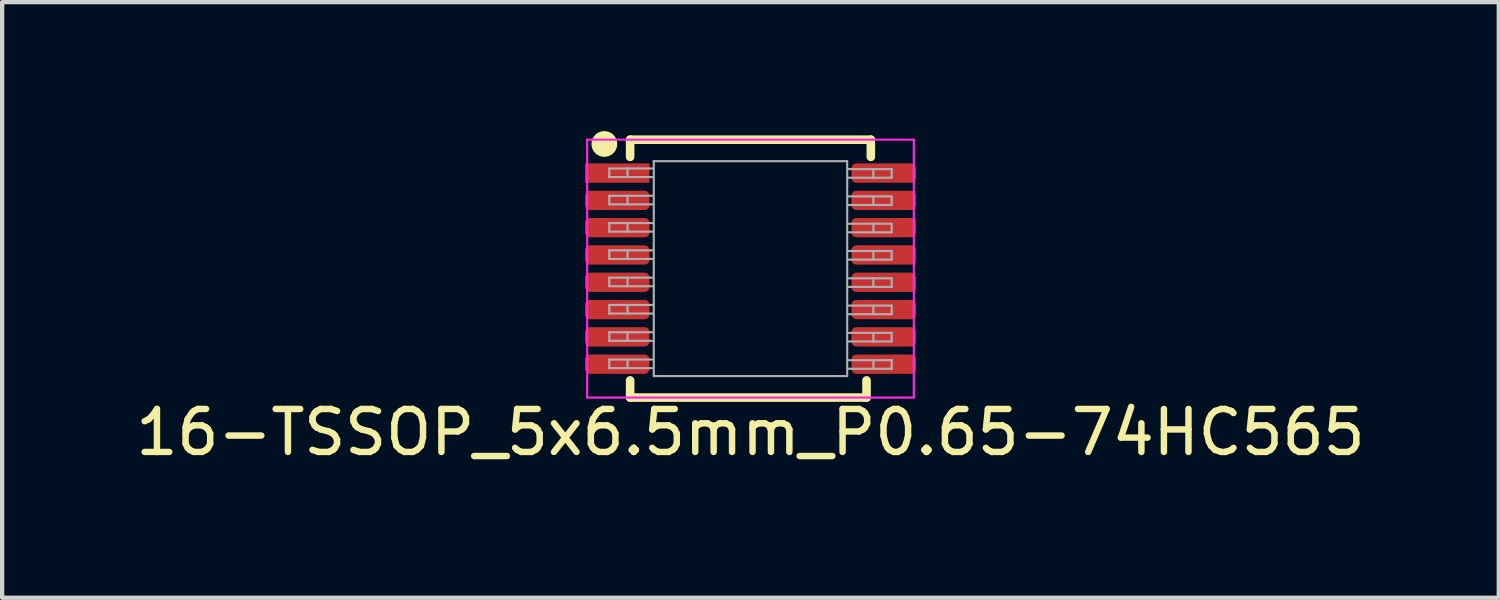
<source format=kicad_pcb>
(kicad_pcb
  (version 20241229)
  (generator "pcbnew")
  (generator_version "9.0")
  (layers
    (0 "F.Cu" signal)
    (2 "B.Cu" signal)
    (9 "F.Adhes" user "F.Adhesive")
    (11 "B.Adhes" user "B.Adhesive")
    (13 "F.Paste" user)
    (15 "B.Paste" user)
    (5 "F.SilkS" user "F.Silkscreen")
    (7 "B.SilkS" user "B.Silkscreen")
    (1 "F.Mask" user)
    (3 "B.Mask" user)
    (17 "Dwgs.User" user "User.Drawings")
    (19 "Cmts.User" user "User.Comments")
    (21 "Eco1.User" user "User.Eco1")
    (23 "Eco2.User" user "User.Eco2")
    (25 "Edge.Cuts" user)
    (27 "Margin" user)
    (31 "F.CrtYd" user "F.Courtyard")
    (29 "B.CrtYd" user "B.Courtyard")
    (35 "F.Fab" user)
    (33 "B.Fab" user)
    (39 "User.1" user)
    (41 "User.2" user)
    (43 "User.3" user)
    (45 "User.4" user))
  (footprint "16-TSSOP_5x6.5mm_P0.65-74HC565"
    (layer "F.Cu")
    (at 14.411 3.2)
    (property "Reference" "16-TSSOP_5x6.5mm_P0.65-74HC565" (at 0 3.81 0) (layer "F.SilkS") (effects (font (size 1 1) (thickness 0.15))))
    (attr through_hole)
    (fp_line (start -2.8 -3) (end -2.8 -2.6) (stroke (width 0.2) (type solid)) (layer "F.SilkS"))
    (fp_line (start -2.8 -3) (end 2.8 -3) (stroke (width 0.2) (type solid)) (layer "F.SilkS"))
    (fp_line (start -2.8 3) (end -2.8 2.6) (stroke (width 0.2) (type solid)) (layer "F.SilkS"))
    (fp_line (start 2.7 2.6) (end 2.7 3) (stroke (width 0.2) (type solid)) (layer "F.SilkS"))
    (fp_line (start 2.7 3) (end -2.8 3) (stroke (width 0.2) (type solid)) (layer "F.SilkS"))
    (fp_line (start 2.8 -3) (end 2.8 -2.6) (stroke (width 0.2) (type solid)) (layer "F.SilkS"))
    (fp_circle (center -3.4 -2.9) (end -3.25 -2.9) (stroke (width 0.3) (type solid)) (fill no) (layer "F.SilkS"))
    (fp_line (start -3.8 -3) (end 3.8 -3) (stroke (width 0.05) (type solid)) (layer "F.CrtYd"))
    (fp_line (start -3.8 3) (end -3.8 -3) (stroke (width 0.05) (type solid)) (layer "F.CrtYd"))
    (fp_line (start 3.8 -3) (end 3.8 3) (stroke (width 0.05) (type solid)) (layer "F.CrtYd"))
    (fp_line (start 3.8 3) (end -3.8 3) (stroke (width 0.05) (type solid)) (layer "F.CrtYd"))
    (fp_line (start -3.285 -2.33) (end -3.285 -2.13) (stroke (width 0.05) (type solid)) (layer "F.Fab"))
    (fp_line (start -3.285 -2.13) (end -2.285 -2.13) (stroke (width 0.05) (type solid)) (layer "F.Fab"))
    (fp_line (start -3.285 -1.695) (end -3.285 -1.495) (stroke (width 0.05) (type solid)) (layer "F.Fab"))
    (fp_line (start -3.285 -1.495) (end -2.285 -1.495) (stroke (width 0.05) (type solid)) (layer "F.Fab"))
    (fp_line (start -3.285 -1.06) (end -3.285 -0.86) (stroke (width 0.05) (type solid)) (layer "F.Fab"))
    (fp_line (start -3.285 -0.86) (end -2.285 -0.86) (stroke (width 0.05) (type solid)) (layer "F.Fab"))
    (fp_line (start -3.285 -0.425) (end -3.285 -0.225) (stroke (width 0.05) (type solid)) (layer "F.Fab"))
    (fp_line (start -3.285 -0.225) (end -2.285 -0.225) (stroke (width 0.05) (type solid)) (layer "F.Fab"))
    (fp_line (start -3.285 0.21) (end -3.285 0.41) (stroke (width 0.05) (type solid)) (layer "F.Fab"))
    (fp_line (start -3.285 0.41) (end -2.285 0.41) (stroke (width 0.05) (type solid)) (layer "F.Fab"))
    (fp_line (start -3.285 0.845) (end -3.285 1.045) (stroke (width 0.05) (type solid)) (layer "F.Fab"))
    (fp_line (start -3.285 1.045) (end -2.285 1.045) (stroke (width 0.05) (type solid)) (layer "F.Fab"))
    (fp_line (start -3.285 1.48) (end -3.285 1.68) (stroke (width 0.05) (type solid)) (layer "F.Fab"))
    (fp_line (start -3.285 1.68) (end -2.285 1.68) (stroke (width 0.05) (type solid)) (layer "F.Fab"))
    (fp_line (start -3.285 2.115) (end -3.285 2.315) (stroke (width 0.05) (type solid)) (layer "F.Fab"))
    (fp_line (start -3.285 2.315) (end -2.285 2.315) (stroke (width 0.05) (type solid)) (layer "F.Fab"))
    (fp_line (start -2.86 -2.33) (end -2.86 -2.13) (stroke (width 0.05) (type solid)) (layer "F.Fab"))
    (fp_line (start -2.86 -1.695) (end -2.86 -1.495) (stroke (width 0.05) (type solid)) (layer "F.Fab"))
    (fp_line (start -2.86 -1.06) (end -2.86 -0.86) (stroke (width 0.05) (type solid)) (layer "F.Fab"))
    (fp_line (start -2.86 -0.425) (end -2.86 -0.225) (stroke (width 0.05) (type solid)) (layer "F.Fab"))
    (fp_line (start -2.86 0.21) (end -2.86 0.41) (stroke (width 0.05) (type solid)) (layer "F.Fab"))
    (fp_line (start -2.86 0.845) (end -2.86 1.045) (stroke (width 0.05) (type solid)) (layer "F.Fab"))
    (fp_line (start -2.86 1.48) (end -2.86 1.68) (stroke (width 0.05) (type solid)) (layer "F.Fab"))
    (fp_line (start -2.86 2.115) (end -2.86 2.315) (stroke (width 0.05) (type solid)) (layer "F.Fab"))
    (fp_line (start -2.285 -2.33) (end -3.285 -2.33) (stroke (width 0.05) (type solid)) (layer "F.Fab"))
    (fp_line (start -2.285 -1.695) (end -3.285 -1.695) (stroke (width 0.05) (type solid)) (layer "F.Fab"))
    (fp_line (start -2.285 -1.06) (end -3.285 -1.06) (stroke (width 0.05) (type solid)) (layer "F.Fab"))
    (fp_line (start -2.285 -0.425) (end -3.285 -0.425) (stroke (width 0.05) (type solid)) (layer "F.Fab"))
    (fp_line (start -2.285 0.21) (end -3.285 0.21) (stroke (width 0.05) (type solid)) (layer "F.Fab"))
    (fp_line (start -2.285 0.845) (end -3.285 0.845) (stroke (width 0.05) (type solid)) (layer "F.Fab"))
    (fp_line (start -2.285 1.48) (end -3.285 1.48) (stroke (width 0.05) (type solid)) (layer "F.Fab"))
    (fp_line (start -2.285 2.115) (end -3.285 2.115) (stroke (width 0.05) (type solid)) (layer "F.Fab"))
    (fp_line (start -2.25 -2.5) (end 2.25 -2.5) (stroke (width 0.05) (type solid)) (layer "F.Fab"))
    (fp_line (start -2.25 2.5) (end -2.25 -2.5) (stroke (width 0.05) (type solid)) (layer "F.Fab"))
    (fp_line (start 2.25 -2.5) (end 2.25 2.5) (stroke (width 0.05) (type solid)) (layer "F.Fab"))
    (fp_line (start 2.25 2.5) (end -2.25 2.5) (stroke (width 0.05) (type solid)) (layer "F.Fab"))
    (fp_line (start 2.285 -2.115) (end 3.285 -2.115) (stroke (width 0.05) (type solid)) (layer "F.Fab"))
    (fp_line (start 2.285 -1.48) (end 3.285 -1.48) (stroke (width 0.05) (type solid)) (layer "F.Fab"))
    (fp_line (start 2.285 -0.845) (end 3.285 -0.845) (stroke (width 0.05) (type solid)) (layer "F.Fab"))
    (fp_line (start 2.285 -0.21) (end 3.285 -0.21) (stroke (width 0.05) (type solid)) (layer "F.Fab"))
    (fp_line (start 2.285 0.425) (end 3.285 0.425) (stroke (width 0.05) (type solid)) (layer "F.Fab"))
    (fp_line (start 2.285 1.06) (end 3.285 1.06) (stroke (width 0.05) (type solid)) (layer "F.Fab"))
    (fp_line (start 2.285 1.695) (end 3.285 1.695) (stroke (width 0.05) (type solid)) (layer "F.Fab"))
    (fp_line (start 2.285 2.33) (end 3.285 2.33) (stroke (width 0.05) (type solid)) (layer "F.Fab"))
    (fp_line (start 2.86 -2.115) (end 2.86 -2.315) (stroke (width 0.05) (type solid)) (layer "F.Fab"))
    (fp_line (start 2.86 -1.48) (end 2.86 -1.68) (stroke (width 0.05) (type solid)) (layer "F.Fab"))
    (fp_line (start 2.86 -0.845) (end 2.86 -1.045) (stroke (width 0.05) (type solid)) (layer "F.Fab"))
    (fp_line (start 2.86 -0.21) (end 2.86 -0.41) (stroke (width 0.05) (type solid)) (layer "F.Fab"))
    (fp_line (start 2.86 0.425) (end 2.86 0.225) (stroke (width 0.05) (type solid)) (layer "F.Fab"))
    (fp_line (start 2.86 1.06) (end 2.86 0.86) (stroke (width 0.05) (type solid)) (layer "F.Fab"))
    (fp_line (start 2.86 1.695) (end 2.86 1.495) (stroke (width 0.05) (type solid)) (layer "F.Fab"))
    (fp_line (start 2.86 2.33) (end 2.86 2.13) (stroke (width 0.05) (type solid)) (layer "F.Fab"))
    (fp_line (start 3.285 -2.315) (end 2.285 -2.315) (stroke (width 0.05) (type solid)) (layer "F.Fab"))
    (fp_line (start 3.285 -2.115) (end 3.285 -2.315) (stroke (width 0.05) (type solid)) (layer "F.Fab"))
    (fp_line (start 3.285 -1.68) (end 2.285 -1.68) (stroke (width 0.05) (type solid)) (layer "F.Fab"))
    (fp_line (start 3.285 -1.48) (end 3.285 -1.68) (stroke (width 0.05) (type solid)) (layer "F.Fab"))
    (fp_line (start 3.285 -1.045) (end 2.285 -1.045) (stroke (width 0.05) (type solid)) (layer "F.Fab"))
    (fp_line (start 3.285 -0.845) (end 3.285 -1.045) (stroke (width 0.05) (type solid)) (layer "F.Fab"))
    (fp_line (start 3.285 -0.41) (end 2.285 -0.41) (stroke (width 0.05) (type solid)) (layer "F.Fab"))
    (fp_line (start 3.285 -0.21) (end 3.285 -0.41) (stroke (width 0.05) (type solid)) (layer "F.Fab"))
    (fp_line (start 3.285 0.225) (end 2.285 0.225) (stroke (width 0.05) (type solid)) (layer "F.Fab"))
    (fp_line (start 3.285 0.425) (end 3.285 0.225) (stroke (width 0.05) (type solid)) (layer "F.Fab"))
    (fp_line (start 3.285 0.86) (end 2.285 0.86) (stroke (width 0.05) (type solid)) (layer "F.Fab"))
    (fp_line (start 3.285 1.06) (end 3.285 0.86) (stroke (width 0.05) (type solid)) (layer "F.Fab"))
    (fp_line (start 3.285 1.495) (end 2.285 1.495) (stroke (width 0.05) (type solid)) (layer "F.Fab"))
    (fp_line (start 3.285 1.695) (end 3.285 1.495) (stroke (width 0.05) (type solid)) (layer "F.Fab"))
    (fp_line (start 3.285 2.13) (end 2.285 2.13) (stroke (width 0.05) (type solid)) (layer "F.Fab"))
    (fp_line (start 3.285 2.33) (end 3.285 2.13) (stroke (width 0.05) (type solid)) (layer "F.Fab"))
    (fp_text user "STCP" (at 2.2 0.318 0) (layer "Eco1.User") (effects (font (size 0.25 0.25) (thickness 0.062)) (justify right)))
    (fp_text user "Q3" (at -2.2 -0.953 0) (layer "Eco1.User") (effects (font (size 0.25 0.25) (thickness 0.062)) (justify left)))
    (fp_text user "Q7S" (at 2.2 2.223 0) (layer "Eco1.User") (effects (font (size 0.25 0.25) (thickness 0.062)) (justify right)))
    (fp_text user "DS" (at 2.2 -0.953 0) (layer "Eco1.User") (effects (font (size 0.25 0.25) (thickness 0.062)) (justify right)))
    (fp_text user "SHCP" (at 2.2 0.953 0) (layer "Eco1.User") (effects (font (size 0.25 0.25) (thickness 0.062)) (justify right)))
    (fp_text user "Q0" (at 2.2 -1.587 0) (layer "Eco1.User") (effects (font (size 0.25 0.25) (thickness 0.062)) (justify right)))
    (fp_text user "Q7" (at -2.2 1.587 0) (layer "Eco1.User") (effects (font (size 0.25 0.25) (thickness 0.062)) (justify left)))
    (fp_text user "Q4" (at -2.2 -0.318 0) (layer "Eco1.User") (effects (font (size 0.25 0.25) (thickness 0.062)) (justify left)))
    (fp_text user "~{OE}" (at 2.2 -0.318 0) (layer "Eco1.User") (effects (font (size 0.25 0.25) (thickness 0.062)) (justify right)))
    (fp_text user "~{MR}" (at 2.2 1.587 0) (layer "Eco1.User") (effects (font (size 0.25 0.25) (thickness 0.062)) (justify right)))
    (fp_text user "Q6" (at -2.2 0.953 0) (layer "Eco1.User") (effects (font (size 0.25 0.25) (thickness 0.062)) (justify left)))
    (fp_text user "GND" (at -2.2 2.223 0) (layer "Eco1.User") (effects (font (size 0.25 0.25) (thickness 0.062)) (justify left)))
    (fp_text user "Q5" (at -2.2 0.318 0) (layer "Eco1.User") (effects (font (size 0.25 0.25) (thickness 0.062)) (justify left)))
    (fp_text user "VCC" (at 2.2 -2.223 0) (layer "Eco1.User") (effects (font (size 0.25 0.25) (thickness 0.062)) (justify right)))
    (fp_text user "Q2" (at -2.2 -1.587 0) (layer "Eco1.User") (effects (font (size 0.25 0.25) (thickness 0.062)) (justify left)))
    (fp_text user "Q1" (at -2.2 -2.223 0) (layer "Eco1.User") (effects (font (size 0.25 0.25) (thickness 0.062)) (justify left)))
    (pad "1" smd rect (at -3.1 -2.223) (size 1.5 0.45) (layers "F.Cu" "F.Mask" "F.Paste"))
    (pad "2" smd roundrect (at -3.1 -1.587) (size 1.5 0.45) (layers "F.Cu" "F.Mask" "F.Paste") (roundrect_rratio 0.25))
    (pad "3" smd roundrect (at -3.1 -0.953) (size 1.5 0.45) (layers "F.Cu" "F.Mask" "F.Paste") (roundrect_rratio 0.25))
    (pad "4" smd roundrect (at -3.1 -0.318) (size 1.5 0.45) (layers "F.Cu" "F.Mask" "F.Paste") (roundrect_rratio 0.25))
    (pad "5" smd roundrect (at -3.1 0.318) (size 1.5 0.45) (layers "F.Cu" "F.Mask" "F.Paste") (roundrect_rratio 0.25))
    (pad "6" smd roundrect (at -3.1 0.953) (size 1.5 0.45) (layers "F.Cu" "F.Mask" "F.Paste") (roundrect_rratio 0.25))
    (pad "7" smd roundrect (at -3.1 1.587) (size 1.5 0.45) (layers "F.Cu" "F.Mask" "F.Paste") (roundrect_rratio 0.25))
    (pad "8" smd roundrect (at -3.1 2.223) (size 1.5 0.45) (layers "F.Cu" "F.Mask" "F.Paste") (roundrect_rratio 0.25))
    (pad "9" smd roundrect (at 3.1 2.223) (size 1.5 0.45) (layers "F.Cu" "F.Mask" "F.Paste") (roundrect_rratio 0.25))
    (pad "10" smd roundrect (at 3.1 1.587) (size 1.5 0.45) (layers "F.Cu" "F.Mask" "F.Paste") (roundrect_rratio 0.25))
    (pad "11" smd roundrect (at 3.1 0.953) (size 1.5 0.45) (layers "F.Cu" "F.Mask" "F.Paste") (roundrect_rratio 0.25))
    (pad "12" smd roundrect (at 3.1 0.318) (size 1.5 0.45) (layers "F.Cu" "F.Mask" "F.Paste") (roundrect_rratio 0.25))
    (pad "13" smd roundrect (at 3.1 -0.318) (size 1.5 0.45) (layers "F.Cu" "F.Mask" "F.Paste") (roundrect_rratio 0.25))
    (pad "14" smd roundrect (at 3.1 -0.953) (size 1.5 0.45) (layers "F.Cu" "F.Mask" "F.Paste") (roundrect_rratio 0.25))
    (pad "15" smd roundrect (at 3.1 -1.587) (size 1.5 0.45) (layers "F.Cu" "F.Mask" "F.Paste") (roundrect_rratio 0.25))
    (pad "16" smd roundrect (at 3.1 -2.223) (size 1.5 0.45) (layers "F.Cu" "F.Mask" "F.Paste") (roundrect_rratio 0.25)))
  (gr_rect
    (start -3 -3)
    (end 31.821 10.858)
    (stroke (width 0.1) (type default))
    (fill no)
    (layer "Edge.Cuts")))
</source>
